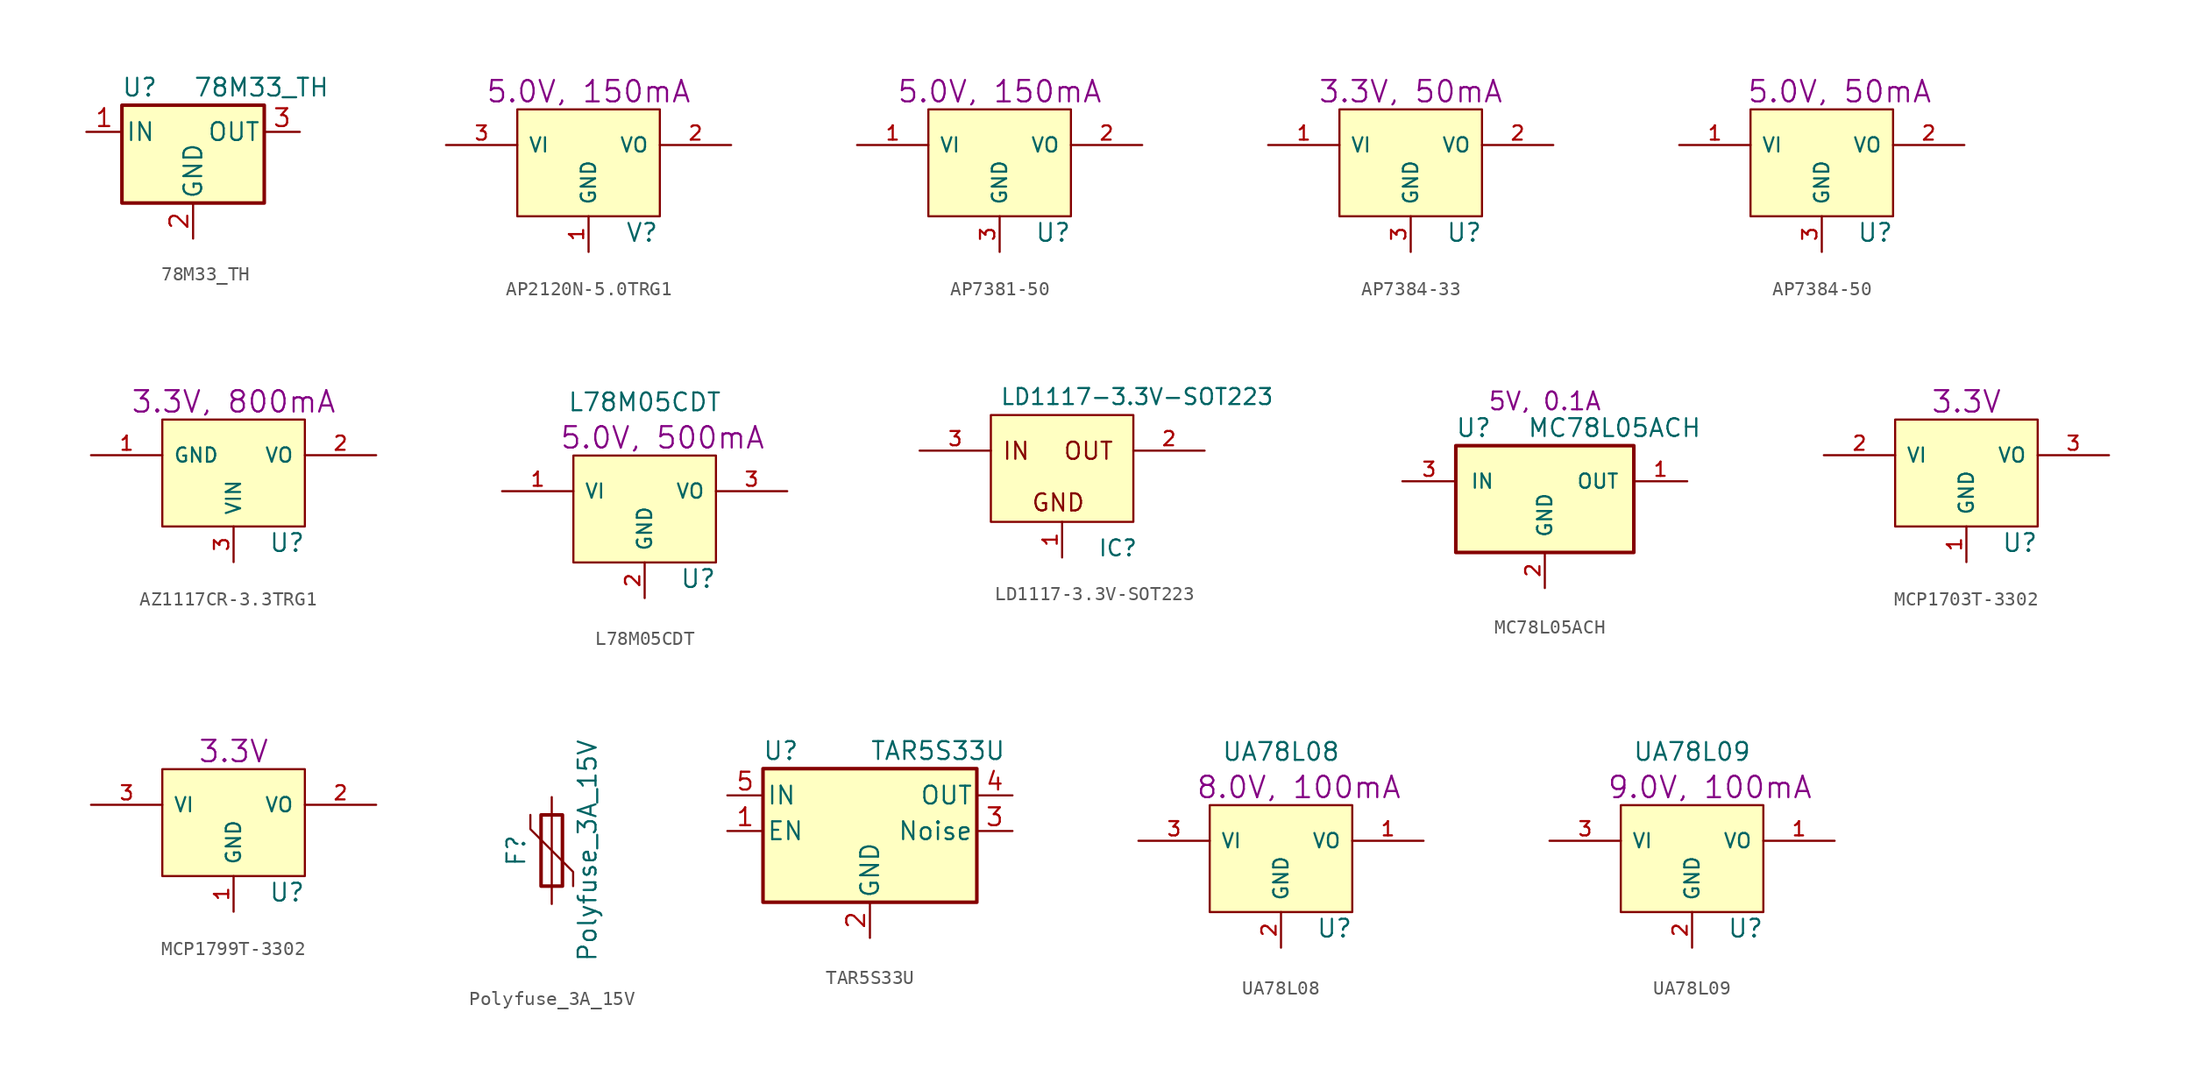
<source format=kicad_sym>
(kicad_symbol_lib
  (version 20220914)
  (generator kicad_symbol_editor)
  (symbol "78M33_TH"
    (pin_names
      (offset 0.254))
    (property "Reference" "U"
      (at -3.81 3.175 0)
      (effects (font (size 1.27 1.27))))
    (property "Value" "78M33_TH"
      (at 0 3.175 0)
      (effects (font (size 1.27 1.27)) (justify left)))
    (symbol "78M33_TH_0_1"
      (rectangle (start -5.08 1.905) (end 5.08 -5.08) (stroke (width 0.254) (type default)) (fill (type background))))
    (symbol "78M33_TH_1_1"
      (pin power_in line (at -7.62 0 0) (length 2.54) (name "IN" (effects (font (size 1.27 1.27)))) (number "1" (effects (font (size 1.27 1.27)))))
      (pin power_in line (at 0 -7.62 90) (length 2.54) (name "GND" (effects (font (size 1.27 1.27)))) (number "2" (effects (font (size 1.27 1.27)))))
      (pin power_out line (at 7.62 0 180) (length 2.54) (name "OUT" (effects (font (size 1.27 1.27)))) (number "3" (effects (font (size 1.27 1.27)))))))
  (symbol "AP2120N-5.0TRG1"
    (pin_names
      (offset 0.762))
    (property "Reference" "V"
      (at 3.81 -4.978 0)
      (effects (font (size 1.27 1.27))))
    (property "Display" "5.0V, 150mA"
      (at 0 5.08 0)
      (effects (font (size 1.524 1.524))))
    (symbol "AP2120N-5.0TRG1_0_1"
      (rectangle (start -5.08 -3.81) (end 5.08 3.81) (stroke (width 0) (type default)) (fill (type background))))
    (symbol "AP2120N-5.0TRG1_1_1"
      (pin input line (at 0 -6.35 90) (length 2.54) (name "GND" (effects (font (size 1.016 1.016)))) (number "1" (effects (font (size 1.016 1.016)))))
      (pin power_out line (at 10.16 1.27 180) (length 5.08) (name "VO" (effects (font (size 1.016 1.016)))) (number "2" (effects (font (size 1.016 1.016)))))
      (pin input line (at -10.16 1.27 0) (length 5.08) (name "VI" (effects (font (size 1.016 1.016)))) (number "3" (effects (font (size 1.016 1.016)))))))
  (symbol "AP7381-50"
    (pin_names
      (offset 0.762))
    (property "Reference" "U"
      (at 3.81 -4.978 0)
      (effects (font (size 1.27 1.27))))
    (property "Display" "5.0V, 150mA"
      (at 0 5.08 0)
      (effects (font (size 1.524 1.524))))
    (symbol "AP7381-50_0_1"
      (rectangle (start -5.08 -3.81) (end 5.08 3.81) (stroke (width 0) (type default)) (fill (type background))))
    (symbol "AP7381-50_1_1"
      (pin input line (at -10.16 1.27 0) (length 5.08) (name "VI" (effects (font (size 1.016 1.016)))) (number "1" (effects (font (size 1.016 1.016)))))
      (pin power_out line (at 10.16 1.27 180) (length 5.08) (name "VO" (effects (font (size 1.016 1.016)))) (number "2" (effects (font (size 1.016 1.016)))))
      (pin input line (at 0 -6.35 90) (length 2.54) (name "GND" (effects (font (size 1.016 1.016)))) (number "3" (effects (font (size 1.016 1.016)))))))
  (symbol "AP7384-33"
    (pin_names
      (offset 0.762))
    (property "Reference" "U"
      (at 3.81 -4.978 0)
      (effects (font (size 1.27 1.27))))
    (property "Datasheet" ""
      (at 0 0 0)
      (effects (font (size 1.27 1.27))))
    (property "Display" "3.3V, 50mA"
      (at 0 5.08 0)
      (effects (font (size 1.524 1.524))))
    (symbol "AP7384-33_0_1"
      (rectangle (start -5.08 -3.81) (end 5.08 3.81) (stroke (width 0) (type default)) (fill (type background))))
    (symbol "AP7384-33_1_1"
      (pin input line (at -10.16 1.27 0) (length 5.08) (name "VI" (effects (font (size 1.016 1.016)))) (number "1" (effects (font (size 1.016 1.016)))))
      (pin power_out line (at 10.16 1.27 180) (length 5.08) (name "VO" (effects (font (size 1.016 1.016)))) (number "2" (effects (font (size 1.016 1.016)))))
      (pin input line (at 0 -6.35 90) (length 2.54) (name "GND" (effects (font (size 1.016 1.016)))) (number "3" (effects (font (size 1.016 1.016)))))))
  (symbol "AP7384-50"
    (pin_names
      (offset 0.762))
    (property "Reference" "U"
      (at 3.81 -4.978 0)
      (effects (font (size 1.27 1.27))))
    (property "Datasheet" ""
      (at 0 0 0)
      (effects (font (size 1.27 1.27))))
    (property "Display" "5.0V, 50mA"
      (at 1.27 5.08 0)
      (effects (font (size 1.524 1.524))))
    (symbol "AP7384-50_0_1"
      (rectangle (start -5.08 -3.81) (end 5.08 3.81) (stroke (width 0) (type default)) (fill (type background))))
    (symbol "AP7384-50_1_1"
      (pin input line (at -10.16 1.27 0) (length 5.08) (name "VI" (effects (font (size 1.016 1.016)))) (number "1" (effects (font (size 1.016 1.016)))))
      (pin power_out line (at 10.16 1.27 180) (length 5.08) (name "VO" (effects (font (size 1.016 1.016)))) (number "2" (effects (font (size 1.016 1.016)))))
      (pin input line (at 0 -6.35 90) (length 2.54) (name "GND" (effects (font (size 1.016 1.016)))) (number "3" (effects (font (size 1.016 1.016)))))))
  (symbol "AZ1117CR-3.3TRG1 "
    (pin_names
      (offset 0.762))
    (property "Reference" "U"
      (at 3.81 -4.978 0)
      (effects (font (size 1.27 1.27))))
    (property "Display" "3.3V, 800mA"
      (at 0 5.08 0)
      (effects (font (size 1.524 1.524))))
    (symbol "AZ1117CR-3.3TRG1 _0_1"
      (rectangle (start -5.08 3.81) (end 5.08 -3.81) (stroke (width 0) (type default)) (fill (type background))))
    (symbol "AZ1117CR-3.3TRG1 _1_1"
      (pin input line (at -10.16 1.27 0) (length 5.08) (name "GND" (effects (font (size 1.016 1.016)))) (number "1" (effects (font (size 1.016 1.016)))))
      (pin power_out line (at 10.16 1.27 180) (length 5.08) (name "VO" (effects (font (size 1.016 1.016)))) (number "2" (effects (font (size 1.016 1.016)))))
      (pin input line (at 0 -6.35 90) (length 2.54) (name "VIN" (effects (font (size 1.016 1.016)))) (number "3" (effects (font (size 1.016 1.016)))))))
  (symbol "L78M05CDT"
    (pin_names
      (offset 0.762))
    (property "Reference" "U"
      (at 3.81 -4.978 0)
      (effects (font (size 1.27 1.27))))
    (property "Value" "L78M05CDT"
      (at 0 7.62 0)
      (effects (font (size 1.27 1.27))))
    (property "Display" "5.0V, 500mA"
      (at 1.27 5.08 0)
      (effects (font (size 1.524 1.524))))
    (symbol "L78M05CDT_0_1"
      (rectangle (start -5.08 -3.81) (end 5.08 3.81) (stroke (width 0) (type default)) (fill (type background))))
    (symbol "L78M05CDT_1_1"
      (pin input line (at -10.16 1.27 0) (length 5.08) (name "VI" (effects (font (size 1.016 1.016)))) (number "1" (effects (font (size 1.016 1.016)))))
      (pin input line (at 0 -6.35 90) (length 2.54) (name "GND" (effects (font (size 1.016 1.016)))) (number "2" (effects (font (size 1.016 1.016)))))
      (pin power_out line (at 10.16 1.27 180) (length 5.08) (name "VO" (effects (font (size 1.016 1.016)))) (number "3" (effects (font (size 1.016 1.016)))))))
  (symbol "LD1117-3.3V-SOT223"
    (pin_names
      (offset 1.016) hide)
    (property "Reference" "IC"
      (at 2.54 -6.35 0)
      (effects (font (size 1.143 1.143)) (justify left bottom)))
    (property "Value" "LD1117-3.3V-SOT223"
      (at -4.445 4.445 0)
      (effects (font (size 1.143 1.143)) (justify left bottom)))
    (symbol "LD1117-3.3V-SOT223_1_0"
      (rectangle (start -5.08 3.81) (end 5.08 -3.81) (stroke (width 0) (type default)) (fill (type background)))
      (text "GND" (at -0.279 -2.438 0) (effects (font (size 1.219 1.219))))
      (text "IN" (at -3.277 1.245 0) (effects (font (size 1.219 1.219))))
      (text "OUT" (at 1.88 1.245 0) (effects (font (size 1.219 1.219)))))
    (symbol "LD1117-3.3V-SOT223_1_1"
      (pin power_in line (at 0 -6.35 90) (length 2.54) (name "GND" (effects (font (size 1.016 1.016)))) (number "1" (effects (font (size 1.016 1.016)))))
      (pin power_out line (at 10.16 1.27 180) (length 5.08) (name "OUT" (effects (font (size 1.016 1.016)))) (number "2" (effects (font (size 1.016 1.016)))))
      (pin power_in line (at -10.16 1.27 0) (length 5.08) (name "IN" (effects (font (size 1.016 1.016)))) (number "3" (effects (font (size 1.016 1.016)))))))
  (symbol "MC78L05ACH"
    (pin_names
      (offset 1.016))
    (property "Reference" "U"
      (at -5.08 5.08 0)
      (effects (font (size 1.27 1.27))))
    (property "Value" "MC78L05ACH"
      (at -1.27 5.08 0)
      (effects (font (size 1.27 1.27)) (justify left)))
    (property "Datasheet" ""
      (at 0 0 0)
      (effects (font (size 1.27 1.27))))
    (property "Display" "5V, 0.1A"
      (at 0 6.985 0)
      (effects (font (size 1.27 1.27))))
    (symbol "MC78L05ACH_0_1"
      (rectangle (start -6.35 3.81) (end 6.35 -3.81) (stroke (width 0.254) (type default)) (fill (type background))))
    (symbol "MC78L05ACH_1_1"
      (pin power_out line (at 10.16 1.27 180) (length 3.81) (name "OUT" (effects (font (size 1.016 1.016)))) (number "1" (effects (font (size 1.016 1.016)))))
      (pin power_out line (at 0 -6.35 90) (length 2.54) (name "GND" (effects (font (size 1.016 1.016)))) (number "2" (effects (font (size 1.016 1.016)))))
      (pin input line (at -10.16 1.27 0) (length 3.81) (name "IN" (effects (font (size 1.016 1.016)))) (number "3" (effects (font (size 1.016 1.016)))))))
  (symbol "MCP1703T-3302"
    (pin_names
      (offset 0.762))
    (property "Reference" "U"
      (at 3.81 -4.978 0)
      (effects (font (size 1.27 1.27))))
    (property "Datasheet" ""
      (at 0 0 0)
      (effects (font (size 1.27 1.27))))
    (property "Display" "3.3V"
      (at 0 5.08 0)
      (effects (font (size 1.524 1.524))))
    (symbol "MCP1703T-3302_0_1"
      (rectangle (start -5.08 -3.81) (end 5.08 3.81) (stroke (width 0) (type default)) (fill (type background))))
    (symbol "MCP1703T-3302_1_1"
      (pin input line (at 0 -6.35 90) (length 2.54) (name "GND" (effects (font (size 1.016 1.016)))) (number "1" (effects (font (size 1.016 1.016)))))
      (pin input line (at -10.16 1.27 0) (length 5.08) (name "VI" (effects (font (size 1.016 1.016)))) (number "2" (effects (font (size 1.016 1.016)))))
      (pin output line (at 10.16 1.27 180) (length 5.08) (name "VO" (effects (font (size 1.016 1.016)))) (number "3" (effects (font (size 1.016 1.016)))))))
  (symbol "MCP1799T-3302"
    (pin_names
      (offset 0.762))
    (property "Reference" "U"
      (at 3.81 -4.978 0)
      (effects (font (size 1.27 1.27))))
    (property "Datasheet" ""
      (at 0 0 0)
      (effects (font (size 1.27 1.27))))
    (property "Display" "3.3V"
      (at 0 5.08 0)
      (effects (font (size 1.524 1.524))))
    (symbol "MCP1799T-3302_0_1"
      (rectangle (start -5.08 -3.81) (end 5.08 3.81) (stroke (width 0) (type default)) (fill (type background))))
    (symbol "MCP1799T-3302_1_1"
      (pin input line (at 0 -6.35 90) (length 2.54) (name "GND" (effects (font (size 1.016 1.016)))) (number "1" (effects (font (size 1.016 1.016)))))
      (pin power_out line (at 10.16 1.27 180) (length 5.08) (name "VO" (effects (font (size 1.016 1.016)))) (number "2" (effects (font (size 1.016 1.016)))))
      (pin input line (at -10.16 1.27 0) (length 5.08) (name "VI" (effects (font (size 1.016 1.016)))) (number "3" (effects (font (size 1.016 1.016)))))))
  (symbol "Polyfuse_3A_15V"
    (pin_numbers hide)
    (pin_names
      (offset 0))
    (property "Reference" "F"
      (at -2.54 0 90)
      (effects (font (size 1.27 1.27))))
    (property "Value" "Polyfuse_3A_15V"
      (at 2.54 0 90)
      (effects (font (size 1.27 1.27))))
    (symbol "Polyfuse_3A_15V_0_1"
      (rectangle (start -0.762 2.54) (end 0.762 -2.54) (stroke (width 0.254) (type default)) (fill (type none)))
      (polyline (pts (xy 0 2.54) (xy 0 -2.54)) (stroke (width 0) (type default)) (fill (type none)))
      (polyline (pts (xy -1.524 2.54) (xy -1.524 1.524) (xy 1.524 -1.524) (xy 1.524 -2.54)) (stroke (width 0) (type default)) (fill (type none))))
    (symbol "Polyfuse_3A_15V_1_1"
      (pin passive line (at 0 3.81 270) (length 1.27) (name "~" (effects (font (size 1.27 1.27)))) (number "1" (effects (font (size 1.27 1.27)))))
      (pin passive line (at 0 -3.81 90) (length 1.27) (name "~" (effects (font (size 1.27 1.27)))) (number "2" (effects (font (size 1.27 1.27)))))))
  (symbol "TAR5S33U"
    (pin_names
      (offset 0.254))
    (property "Reference" "U"
      (at -6.35 5.715 0)
      (effects (font (size 1.27 1.27))))
    (property "Value" "TAR5S33U"
      (at 0 5.715 0)
      (effects (font (size 1.27 1.27)) (justify left)))
    (symbol "TAR5S33U_0_1"
      (rectangle (start -7.62 4.445) (end 7.62 -5.08) (stroke (width 0.254) (type default)) (fill (type background))))
    (symbol "TAR5S33U_1_1"
      (pin input line (at -10.16 0 0) (length 2.54) (name "EN" (effects (font (size 1.27 1.27)))) (number "1" (effects (font (size 1.27 1.27)))))
      (pin power_in line (at 0 -7.62 90) (length 2.54) (name "GND" (effects (font (size 1.27 1.27)))) (number "2" (effects (font (size 1.27 1.27)))))
      (pin passive line (at 10.16 0 180) (length 2.54) (name "Noise" (effects (font (size 1.27 1.27)))) (number "3" (effects (font (size 1.27 1.27)))))
      (pin power_out line (at 10.16 2.54 180) (length 2.54) (name "OUT" (effects (font (size 1.27 1.27)))) (number "4" (effects (font (size 1.27 1.27)))))
      (pin power_in line (at -10.16 2.54 0) (length 2.54) (name "IN" (effects (font (size 1.27 1.27)))) (number "5" (effects (font (size 1.27 1.27)))))))
  (symbol "UA78L08"
    (pin_names
      (offset 0.762))
    (property "Reference" "U"
      (at 3.81 -4.978 0)
      (effects (font (size 1.27 1.27))))
    (property "Value" "UA78L08"
      (at 0 7.62 0)
      (effects (font (size 1.27 1.27))))
    (property "Display" "8.0V, 100mA"
      (at 1.27 5.08 0)
      (effects (font (size 1.524 1.524))))
    (symbol "UA78L08_0_1"
      (rectangle (start -5.08 -3.81) (end 5.08 3.81) (stroke (width 0) (type default)) (fill (type background))))
    (symbol "UA78L08_1_1"
      (pin power_out line (at 10.16 1.27 180) (length 5.08) (name "VO" (effects (font (size 1.016 1.016)))) (number "1" (effects (font (size 1.016 1.016)))))
      (pin input line (at 0 -6.35 90) (length 2.54) (name "GND" (effects (font (size 1.016 1.016)))) (number "2" (effects (font (size 1.016 1.016)))))
      (pin input line (at -10.16 1.27 0) (length 5.08) (name "VI" (effects (font (size 1.016 1.016)))) (number "3" (effects (font (size 1.016 1.016)))))))
  (symbol "UA78L09"
    (pin_names
      (offset 0.762))
    (property "Reference" "U"
      (at 3.81 -4.978 0)
      (effects (font (size 1.27 1.27))))
    (property "Value" "UA78L09"
      (at 0 7.62 0)
      (effects (font (size 1.27 1.27))))
    (property "Display" "9.0V, 100mA"
      (at 1.27 5.08 0)
      (effects (font (size 1.524 1.524))))
    (symbol "UA78L09_0_1"
      (rectangle (start -5.08 -3.81) (end 5.08 3.81) (stroke (width 0) (type default)) (fill (type background))))
    (symbol "UA78L09_1_1"
      (pin power_out line (at 10.16 1.27 180) (length 5.08) (name "VO" (effects (font (size 1.016 1.016)))) (number "1" (effects (font (size 1.016 1.016)))))
      (pin input line (at 0 -6.35 90) (length 2.54) (name "GND" (effects (font (size 1.016 1.016)))) (number "2" (effects (font (size 1.016 1.016)))))
      (pin input line (at -10.16 1.27 0) (length 5.08) (name "VI" (effects (font (size 1.016 1.016)))) (number "3" (effects (font (size 1.016 1.016))))))))
</source>
